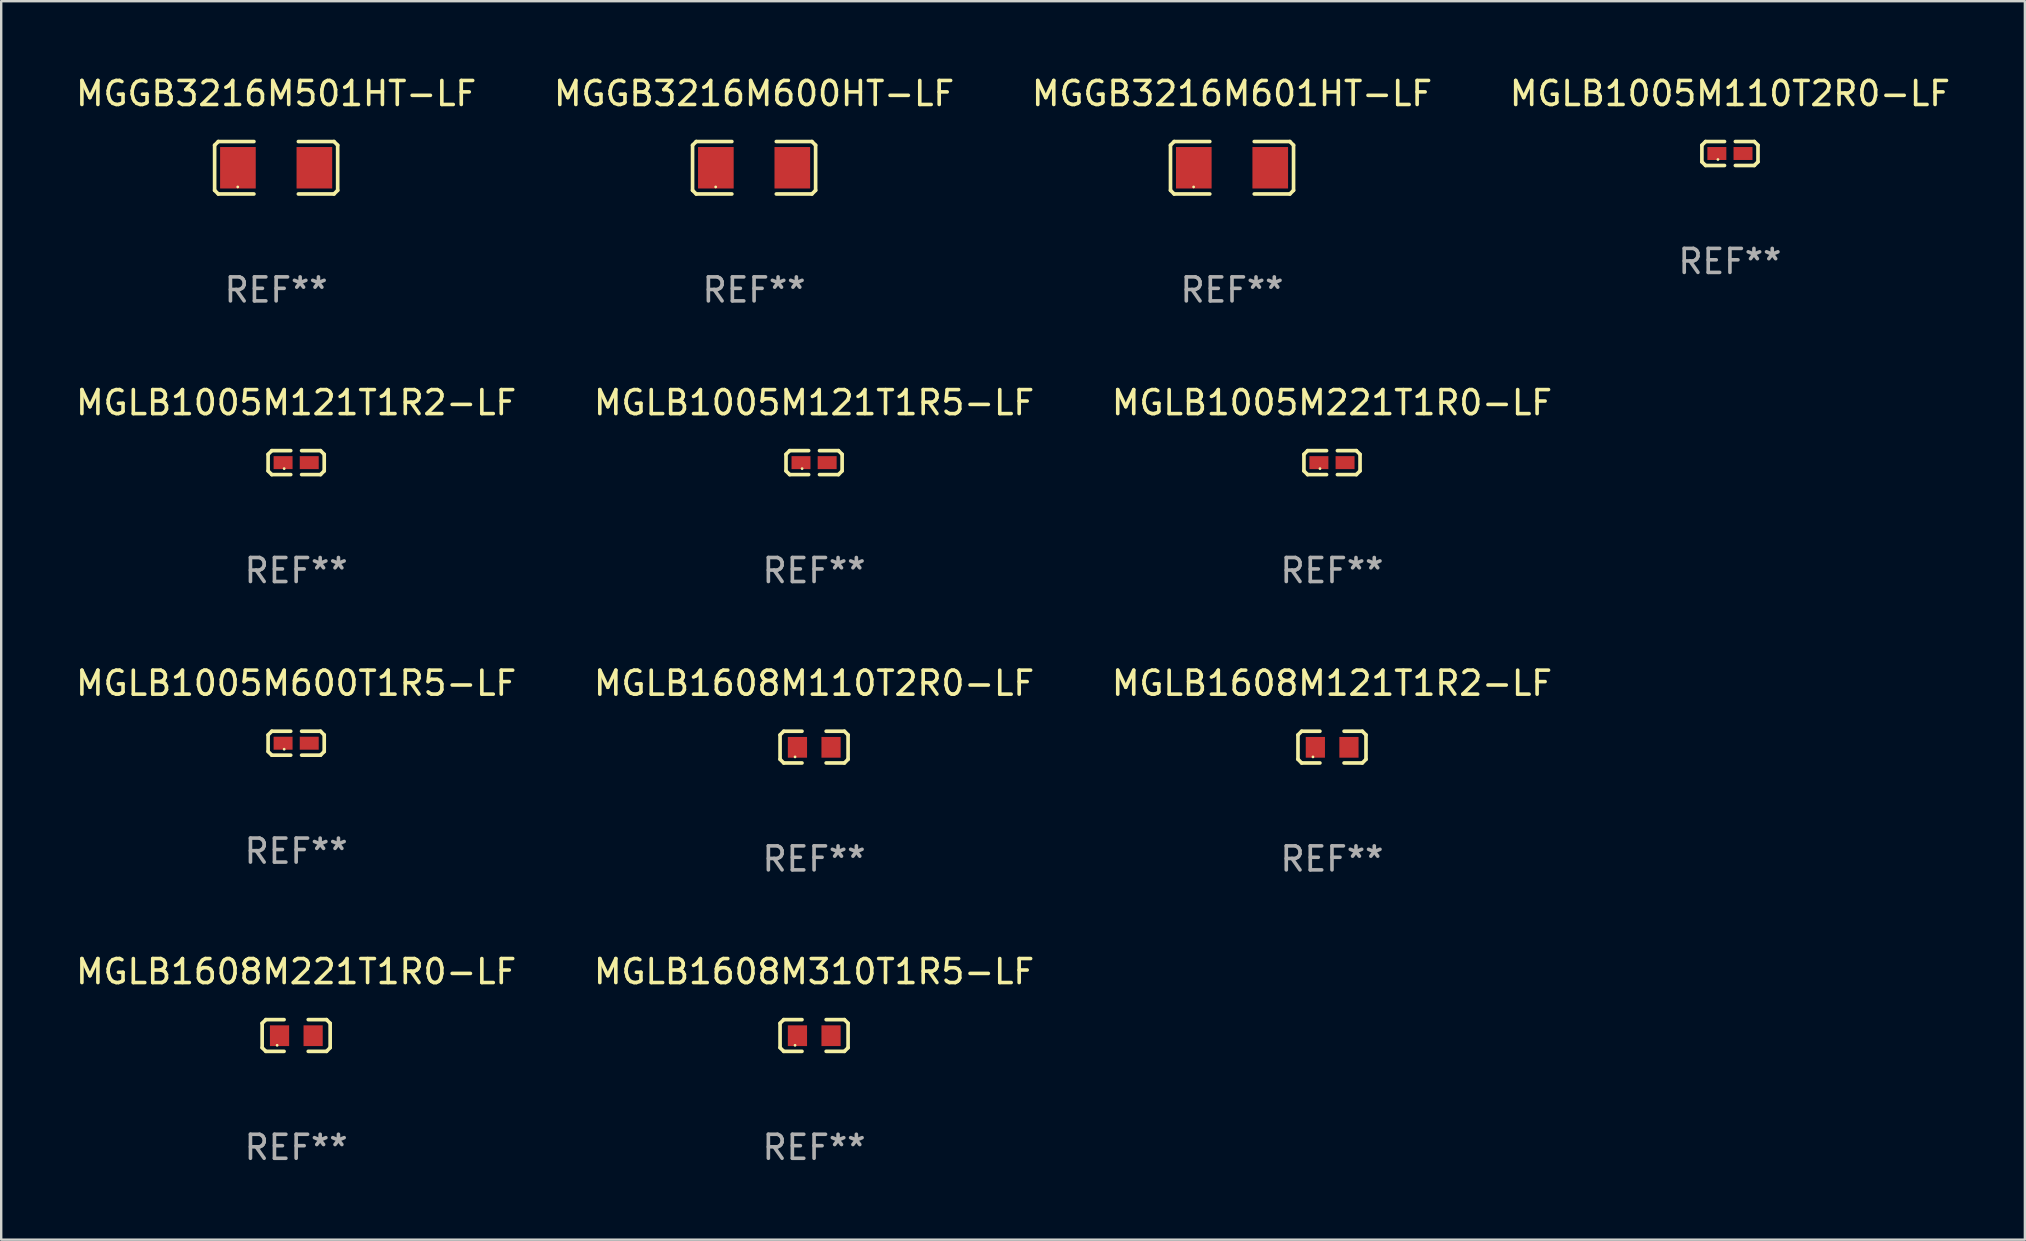
<source format=kicad_pcb>
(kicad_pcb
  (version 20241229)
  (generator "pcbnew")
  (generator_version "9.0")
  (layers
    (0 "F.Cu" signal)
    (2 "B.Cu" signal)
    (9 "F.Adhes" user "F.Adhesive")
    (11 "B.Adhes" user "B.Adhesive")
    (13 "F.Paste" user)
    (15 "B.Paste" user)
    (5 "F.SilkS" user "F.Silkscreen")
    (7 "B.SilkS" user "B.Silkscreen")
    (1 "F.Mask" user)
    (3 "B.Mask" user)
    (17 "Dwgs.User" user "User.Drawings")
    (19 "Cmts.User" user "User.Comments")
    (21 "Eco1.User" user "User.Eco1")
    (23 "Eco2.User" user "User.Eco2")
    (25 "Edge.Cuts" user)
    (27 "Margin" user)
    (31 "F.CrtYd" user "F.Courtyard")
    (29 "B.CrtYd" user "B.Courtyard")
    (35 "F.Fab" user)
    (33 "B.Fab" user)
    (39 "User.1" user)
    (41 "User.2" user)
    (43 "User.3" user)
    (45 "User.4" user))
  (footprint "MGLB1608M221T1R0-LF"
    (layer "F.Cu")
    (at 9.292 40.102)
    (property "Reference" "MGLB1608M221T1R0-LF" (at 0 -2.661 0) (layer "F.SilkS") (effects (font (size 1 1) (thickness 0.15))))
    (attr through_hole)
    (fp_line (start -1.417 -0.508) (end -1.265 -0.661) (stroke (width 0.152) (type solid)) (layer "F.SilkS"))
    (fp_line (start -1.417 0.508) (end -1.417 -0.508) (stroke (width 0.152) (type solid)) (layer "F.SilkS"))
    (fp_line (start -1.265 -0.661) (end -0.503 -0.661) (stroke (width 0.152) (type solid)) (layer "F.SilkS"))
    (fp_line (start -1.265 0.661) (end -1.417 0.508) (stroke (width 0.152) (type solid)) (layer "F.SilkS"))
    (fp_line (start -1.265 0.661) (end -0.503 0.661) (stroke (width 0.152) (type solid)) (layer "F.SilkS"))
    (fp_line (start 1.265 -0.661) (end 0.503 -0.661) (stroke (width 0.152) (type solid)) (layer "F.SilkS"))
    (fp_line (start 1.265 -0.661) (end 1.417 -0.508) (stroke (width 0.152) (type solid)) (layer "F.SilkS"))
    (fp_line (start 1.265 0.661) (end 0.503 0.661) (stroke (width 0.152) (type solid)) (layer "F.SilkS"))
    (fp_line (start 1.417 -0.508) (end 1.417 0.508) (stroke (width 0.152) (type solid)) (layer "F.SilkS"))
    (fp_line (start 1.417 0.508) (end 1.265 0.661) (stroke (width 0.152) (type solid)) (layer "F.SilkS"))
    (fp_circle (center -0.793 0.409) (end -0.763 0.409) (stroke (width 0.06) (type solid)) (fill no) (layer "F.SilkS"))
    (fp_text user "REF**" (at 0 4.661 0) (layer "F.Fab") (effects (font (size 1 1) (thickness 0.15))))
    (pad "1" smd rect (at -0.693 0.009 180) (size 0.8 0.864) (layers "F.Cu" "F.Mask" "F.Paste"))
    (pad "2" smd rect (at 0.707 0.009 180) (size 0.8 0.864) (layers "F.Cu" "F.Mask" "F.Paste")))
  (footprint "MGGB3216M601HT-LF"
    (layer "F.Cu")
    (at 48.292 3.941)
    (property "Reference" "MGGB3216M601HT-LF" (at 0 -3.093 0) (layer "F.SilkS") (effects (font (size 1 1) (thickness 0.15))))
    (attr through_hole)
    (fp_line (start -2.564 -0.94) (end -2.411 -1.093) (stroke (width 0.152) (type solid)) (layer "F.SilkS"))
    (fp_line (start -2.564 0.94) (end -2.564 -0.94) (stroke (width 0.152) (type solid)) (layer "F.SilkS"))
    (fp_line (start -2.411 -1.093) (end -0.926 -1.093) (stroke (width 0.152) (type solid)) (layer "F.SilkS"))
    (fp_line (start -2.411 1.093) (end -2.564 0.94) (stroke (width 0.152) (type solid)) (layer "F.SilkS"))
    (fp_line (start -0.926 1.093) (end -2.411 1.093) (stroke (width 0.152) (type solid)) (layer "F.SilkS"))
    (fp_line (start 0.926 1.093) (end 2.411 1.093) (stroke (width 0.152) (type solid)) (layer "F.SilkS"))
    (fp_line (start 2.411 -1.093) (end 0.926 -1.093) (stroke (width 0.152) (type solid)) (layer "F.SilkS"))
    (fp_line (start 2.411 1.093) (end 2.564 0.94) (stroke (width 0.152) (type solid)) (layer "F.SilkS"))
    (fp_line (start 2.564 -0.94) (end 2.411 -1.093) (stroke (width 0.152) (type solid)) (layer "F.SilkS"))
    (fp_line (start 2.564 0.94) (end 2.564 -0.94) (stroke (width 0.152) (type solid)) (layer "F.SilkS"))
    (fp_circle (center -1.6 0.8) (end -1.57 0.8) (stroke (width 0.06) (type solid)) (fill no) (layer "F.SilkS"))
    (fp_text user "REF**" (at 0 5.093 0) (layer "F.Fab") (effects (font (size 1 1) (thickness 0.15))))
    (pad "1" smd rect (at -1.593 0) (size 1.485 1.728) (layers "F.Cu" "F.Mask" "F.Paste"))
    (pad "2" smd rect (at 1.593 0) (size 1.485 1.728) (layers "F.Cu" "F.Mask" "F.Paste")))
  (footprint "MGLB1005M121T1R2-LF"
    (layer "F.Cu")
    (at 9.292 16.229)
    (property "Reference" "MGLB1005M121T1R2-LF" (at 0 -2.499 0) (layer "F.SilkS") (effects (font (size 1 1) (thickness 0.15))))
    (attr through_hole)
    (fp_line (start -1.169 -0.346) (end -1.016 -0.499) (stroke (width 0.152) (type solid)) (layer "F.SilkS"))
    (fp_line (start -1.169 0.346) (end -1.169 -0.346) (stroke (width 0.152) (type solid)) (layer "F.SilkS"))
    (fp_line (start -1.016 -0.499) (end -0.226 -0.499) (stroke (width 0.152) (type solid)) (layer "F.SilkS"))
    (fp_line (start -1.016 0.499) (end -1.169 0.346) (stroke (width 0.152) (type solid)) (layer "F.SilkS"))
    (fp_line (start -0.226 0.499) (end -1.016 0.499) (stroke (width 0.152) (type solid)) (layer "F.SilkS"))
    (fp_line (start 0.226 0.499) (end 1.016 0.499) (stroke (width 0.152) (type solid)) (layer "F.SilkS"))
    (fp_line (start 1.016 -0.499) (end 0.226 -0.499) (stroke (width 0.152) (type solid)) (layer "F.SilkS"))
    (fp_line (start 1.016 0.499) (end 1.169 0.346) (stroke (width 0.152) (type solid)) (layer "F.SilkS"))
    (fp_line (start 1.169 -0.346) (end 1.016 -0.499) (stroke (width 0.152) (type solid)) (layer "F.SilkS"))
    (fp_line (start 1.169 0.346) (end 1.169 -0.346) (stroke (width 0.152) (type solid)) (layer "F.SilkS"))
    (fp_circle (center -0.5 0.25) (end -0.47 0.25) (stroke (width 0.06) (type solid)) (fill no) (layer "F.SilkS"))
    (fp_text user "REF**" (at 0 4.499 0) (layer "F.Fab") (effects (font (size 1 1) (thickness 0.15))))
    (pad "1" smd rect (at -0.545 0) (size 0.79 0.54) (layers "F.Cu" "F.Mask" "F.Paste"))
    (pad "2" smd rect (at 0.545 0) (size 0.79 0.54) (layers "F.Cu" "F.Mask" "F.Paste")))
  (footprint "MGLB1005M110T2R0-LF"
    (layer "F.Cu")
    (at 69.042 3.347)
    (property "Reference" "MGLB1005M110T2R0-LF" (at 0 -2.499 0) (layer "F.SilkS") (effects (font (size 1 1) (thickness 0.15))))
    (attr through_hole)
    (fp_line (start -1.169 -0.346) (end -1.016 -0.499) (stroke (width 0.152) (type solid)) (layer "F.SilkS"))
    (fp_line (start -1.169 0.346) (end -1.169 -0.346) (stroke (width 0.152) (type solid)) (layer "F.SilkS"))
    (fp_line (start -1.016 -0.499) (end -0.226 -0.499) (stroke (width 0.152) (type solid)) (layer "F.SilkS"))
    (fp_line (start -1.016 0.499) (end -1.169 0.346) (stroke (width 0.152) (type solid)) (layer "F.SilkS"))
    (fp_line (start -0.226 0.499) (end -1.016 0.499) (stroke (width 0.152) (type solid)) (layer "F.SilkS"))
    (fp_line (start 0.226 0.499) (end 1.016 0.499) (stroke (width 0.152) (type solid)) (layer "F.SilkS"))
    (fp_line (start 1.016 -0.499) (end 0.226 -0.499) (stroke (width 0.152) (type solid)) (layer "F.SilkS"))
    (fp_line (start 1.016 0.499) (end 1.169 0.346) (stroke (width 0.152) (type solid)) (layer "F.SilkS"))
    (fp_line (start 1.169 -0.346) (end 1.016 -0.499) (stroke (width 0.152) (type solid)) (layer "F.SilkS"))
    (fp_line (start 1.169 0.346) (end 1.169 -0.346) (stroke (width 0.152) (type solid)) (layer "F.SilkS"))
    (fp_circle (center -0.5 0.25) (end -0.47 0.25) (stroke (width 0.06) (type solid)) (fill no) (layer "F.SilkS"))
    (fp_text user "REF**" (at 0 4.499 0) (layer "F.Fab") (effects (font (size 1 1) (thickness 0.15))))
    (pad "1" smd rect (at -0.545 0) (size 0.79 0.54) (layers "F.Cu" "F.Mask" "F.Paste"))
    (pad "2" smd rect (at 0.545 0) (size 0.79 0.54) (layers "F.Cu" "F.Mask" "F.Paste")))
  (footprint "MGGB3216M501HT-LF"
    (layer "F.Cu")
    (at 8.458 3.941)
    (property "Reference" "MGGB3216M501HT-LF" (at 0 -3.093 0) (layer "F.SilkS") (effects (font (size 1 1) (thickness 0.15))))
    (attr through_hole)
    (fp_line (start -2.564 -0.94) (end -2.411 -1.093) (stroke (width 0.152) (type solid)) (layer "F.SilkS"))
    (fp_line (start -2.564 0.94) (end -2.564 -0.94) (stroke (width 0.152) (type solid)) (layer "F.SilkS"))
    (fp_line (start -2.411 -1.093) (end -0.926 -1.093) (stroke (width 0.152) (type solid)) (layer "F.SilkS"))
    (fp_line (start -2.411 1.093) (end -2.564 0.94) (stroke (width 0.152) (type solid)) (layer "F.SilkS"))
    (fp_line (start -0.926 1.093) (end -2.411 1.093) (stroke (width 0.152) (type solid)) (layer "F.SilkS"))
    (fp_line (start 0.926 1.093) (end 2.411 1.093) (stroke (width 0.152) (type solid)) (layer "F.SilkS"))
    (fp_line (start 2.411 -1.093) (end 0.926 -1.093) (stroke (width 0.152) (type solid)) (layer "F.SilkS"))
    (fp_line (start 2.411 1.093) (end 2.564 0.94) (stroke (width 0.152) (type solid)) (layer "F.SilkS"))
    (fp_line (start 2.564 -0.94) (end 2.411 -1.093) (stroke (width 0.152) (type solid)) (layer "F.SilkS"))
    (fp_line (start 2.564 0.94) (end 2.564 -0.94) (stroke (width 0.152) (type solid)) (layer "F.SilkS"))
    (fp_circle (center -1.6 0.8) (end -1.57 0.8) (stroke (width 0.06) (type solid)) (fill no) (layer "F.SilkS"))
    (fp_text user "REF**" (at 0 5.093 0) (layer "F.Fab") (effects (font (size 1 1) (thickness 0.15))))
    (pad "1" smd rect (at -1.593 0) (size 1.485 1.728) (layers "F.Cu" "F.Mask" "F.Paste"))
    (pad "2" smd rect (at 1.593 0) (size 1.485 1.728) (layers "F.Cu" "F.Mask" "F.Paste")))
  (footprint "MGLB1005M600T1R5-LF"
    (layer "F.Cu")
    (at 9.292 27.922)
    (property "Reference" "MGLB1005M600T1R5-LF" (at 0 -2.499 0) (layer "F.SilkS") (effects (font (size 1 1) (thickness 0.15))))
    (attr through_hole)
    (fp_line (start -1.169 -0.346) (end -1.016 -0.499) (stroke (width 0.152) (type solid)) (layer "F.SilkS"))
    (fp_line (start -1.169 0.346) (end -1.169 -0.346) (stroke (width 0.152) (type solid)) (layer "F.SilkS"))
    (fp_line (start -1.016 -0.499) (end -0.226 -0.499) (stroke (width 0.152) (type solid)) (layer "F.SilkS"))
    (fp_line (start -1.016 0.499) (end -1.169 0.346) (stroke (width 0.152) (type solid)) (layer "F.SilkS"))
    (fp_line (start -0.226 0.499) (end -1.016 0.499) (stroke (width 0.152) (type solid)) (layer "F.SilkS"))
    (fp_line (start 0.226 0.499) (end 1.016 0.499) (stroke (width 0.152) (type solid)) (layer "F.SilkS"))
    (fp_line (start 1.016 -0.499) (end 0.226 -0.499) (stroke (width 0.152) (type solid)) (layer "F.SilkS"))
    (fp_line (start 1.016 0.499) (end 1.169 0.346) (stroke (width 0.152) (type solid)) (layer "F.SilkS"))
    (fp_line (start 1.169 -0.346) (end 1.016 -0.499) (stroke (width 0.152) (type solid)) (layer "F.SilkS"))
    (fp_line (start 1.169 0.346) (end 1.169 -0.346) (stroke (width 0.152) (type solid)) (layer "F.SilkS"))
    (fp_circle (center -0.5 0.25) (end -0.47 0.25) (stroke (width 0.06) (type solid)) (fill no) (layer "F.SilkS"))
    (fp_text user "REF**" (at 0 4.499 0) (layer "F.Fab") (effects (font (size 1 1) (thickness 0.15))))
    (pad "1" smd rect (at -0.545 0) (size 0.79 0.54) (layers "F.Cu" "F.Mask" "F.Paste"))
    (pad "2" smd rect (at 0.545 0) (size 0.79 0.54) (layers "F.Cu" "F.Mask" "F.Paste")))
  (footprint "MGLB1005M121T1R5-LF"
    (layer "F.Cu")
    (at 30.875 16.229)
    (property "Reference" "MGLB1005M121T1R5-LF" (at 0 -2.499 0) (layer "F.SilkS") (effects (font (size 1 1) (thickness 0.15))))
    (attr through_hole)
    (fp_line (start -1.169 -0.346) (end -1.016 -0.499) (stroke (width 0.152) (type solid)) (layer "F.SilkS"))
    (fp_line (start -1.169 0.346) (end -1.169 -0.346) (stroke (width 0.152) (type solid)) (layer "F.SilkS"))
    (fp_line (start -1.016 -0.499) (end -0.226 -0.499) (stroke (width 0.152) (type solid)) (layer "F.SilkS"))
    (fp_line (start -1.016 0.499) (end -1.169 0.346) (stroke (width 0.152) (type solid)) (layer "F.SilkS"))
    (fp_line (start -0.226 0.499) (end -1.016 0.499) (stroke (width 0.152) (type solid)) (layer "F.SilkS"))
    (fp_line (start 0.226 0.499) (end 1.016 0.499) (stroke (width 0.152) (type solid)) (layer "F.SilkS"))
    (fp_line (start 1.016 -0.499) (end 0.226 -0.499) (stroke (width 0.152) (type solid)) (layer "F.SilkS"))
    (fp_line (start 1.016 0.499) (end 1.169 0.346) (stroke (width 0.152) (type solid)) (layer "F.SilkS"))
    (fp_line (start 1.169 -0.346) (end 1.016 -0.499) (stroke (width 0.152) (type solid)) (layer "F.SilkS"))
    (fp_line (start 1.169 0.346) (end 1.169 -0.346) (stroke (width 0.152) (type solid)) (layer "F.SilkS"))
    (fp_circle (center -0.5 0.25) (end -0.47 0.25) (stroke (width 0.06) (type solid)) (fill no) (layer "F.SilkS"))
    (fp_text user "REF**" (at 0 4.499 0) (layer "F.Fab") (effects (font (size 1 1) (thickness 0.15))))
    (pad "1" smd rect (at -0.545 0) (size 0.79 0.54) (layers "F.Cu" "F.Mask" "F.Paste"))
    (pad "2" smd rect (at 0.545 0) (size 0.79 0.54) (layers "F.Cu" "F.Mask" "F.Paste")))
  (footprint "MGLB1608M310T1R5-LF"
    (layer "F.Cu")
    (at 30.875 40.102)
    (property "Reference" "MGLB1608M310T1R5-LF" (at 0 -2.661 0) (layer "F.SilkS") (effects (font (size 1 1) (thickness 0.15))))
    (attr through_hole)
    (fp_line (start -1.417 -0.508) (end -1.265 -0.661) (stroke (width 0.152) (type solid)) (layer "F.SilkS"))
    (fp_line (start -1.417 0.508) (end -1.417 -0.508) (stroke (width 0.152) (type solid)) (layer "F.SilkS"))
    (fp_line (start -1.265 -0.661) (end -0.503 -0.661) (stroke (width 0.152) (type solid)) (layer "F.SilkS"))
    (fp_line (start -1.265 0.661) (end -1.417 0.508) (stroke (width 0.152) (type solid)) (layer "F.SilkS"))
    (fp_line (start -1.265 0.661) (end -0.503 0.661) (stroke (width 0.152) (type solid)) (layer "F.SilkS"))
    (fp_line (start 1.265 -0.661) (end 0.503 -0.661) (stroke (width 0.152) (type solid)) (layer "F.SilkS"))
    (fp_line (start 1.265 -0.661) (end 1.417 -0.508) (stroke (width 0.152) (type solid)) (layer "F.SilkS"))
    (fp_line (start 1.265 0.661) (end 0.503 0.661) (stroke (width 0.152) (type solid)) (layer "F.SilkS"))
    (fp_line (start 1.417 -0.508) (end 1.417 0.508) (stroke (width 0.152) (type solid)) (layer "F.SilkS"))
    (fp_line (start 1.417 0.508) (end 1.265 0.661) (stroke (width 0.152) (type solid)) (layer "F.SilkS"))
    (fp_circle (center -0.793 0.409) (end -0.763 0.409) (stroke (width 0.06) (type solid)) (fill no) (layer "F.SilkS"))
    (fp_text user "REF**" (at 0 4.661 0) (layer "F.Fab") (effects (font (size 1 1) (thickness 0.15))))
    (pad "1" smd rect (at -0.693 0.009 180) (size 0.8 0.864) (layers "F.Cu" "F.Mask" "F.Paste"))
    (pad "2" smd rect (at 0.707 0.009 180) (size 0.8 0.864) (layers "F.Cu" "F.Mask" "F.Paste")))
  (footprint "MGGB3216M600HT-LF"
    (layer "F.Cu")
    (at 28.375 3.941)
    (property "Reference" "MGGB3216M600HT-LF" (at 0 -3.093 0) (layer "F.SilkS") (effects (font (size 1 1) (thickness 0.15))))
    (attr through_hole)
    (fp_line (start -2.564 -0.94) (end -2.411 -1.093) (stroke (width 0.152) (type solid)) (layer "F.SilkS"))
    (fp_line (start -2.564 0.94) (end -2.564 -0.94) (stroke (width 0.152) (type solid)) (layer "F.SilkS"))
    (fp_line (start -2.411 -1.093) (end -0.926 -1.093) (stroke (width 0.152) (type solid)) (layer "F.SilkS"))
    (fp_line (start -2.411 1.093) (end -2.564 0.94) (stroke (width 0.152) (type solid)) (layer "F.SilkS"))
    (fp_line (start -0.926 1.093) (end -2.411 1.093) (stroke (width 0.152) (type solid)) (layer "F.SilkS"))
    (fp_line (start 0.926 1.093) (end 2.411 1.093) (stroke (width 0.152) (type solid)) (layer "F.SilkS"))
    (fp_line (start 2.411 -1.093) (end 0.926 -1.093) (stroke (width 0.152) (type solid)) (layer "F.SilkS"))
    (fp_line (start 2.411 1.093) (end 2.564 0.94) (stroke (width 0.152) (type solid)) (layer "F.SilkS"))
    (fp_line (start 2.564 -0.94) (end 2.411 -1.093) (stroke (width 0.152) (type solid)) (layer "F.SilkS"))
    (fp_line (start 2.564 0.94) (end 2.564 -0.94) (stroke (width 0.152) (type solid)) (layer "F.SilkS"))
    (fp_circle (center -1.6 0.8) (end -1.57 0.8) (stroke (width 0.06) (type solid)) (fill no) (layer "F.SilkS"))
    (fp_text user "REF**" (at 0 5.093 0) (layer "F.Fab") (effects (font (size 1 1) (thickness 0.15))))
    (pad "1" smd rect (at -1.593 0) (size 1.485 1.728) (layers "F.Cu" "F.Mask" "F.Paste"))
    (pad "2" smd rect (at 1.593 0) (size 1.485 1.728) (layers "F.Cu" "F.Mask" "F.Paste")))
  (footprint "MGLB1005M221T1R0-LF"
    (layer "F.Cu")
    (at 52.458 16.229)
    (property "Reference" "MGLB1005M221T1R0-LF" (at 0 -2.499 0) (layer "F.SilkS") (effects (font (size 1 1) (thickness 0.15))))
    (attr through_hole)
    (fp_line (start -1.169 -0.346) (end -1.016 -0.499) (stroke (width 0.152) (type solid)) (layer "F.SilkS"))
    (fp_line (start -1.169 0.346) (end -1.169 -0.346) (stroke (width 0.152) (type solid)) (layer "F.SilkS"))
    (fp_line (start -1.016 -0.499) (end -0.226 -0.499) (stroke (width 0.152) (type solid)) (layer "F.SilkS"))
    (fp_line (start -1.016 0.499) (end -1.169 0.346) (stroke (width 0.152) (type solid)) (layer "F.SilkS"))
    (fp_line (start -0.226 0.499) (end -1.016 0.499) (stroke (width 0.152) (type solid)) (layer "F.SilkS"))
    (fp_line (start 0.226 0.499) (end 1.016 0.499) (stroke (width 0.152) (type solid)) (layer "F.SilkS"))
    (fp_line (start 1.016 -0.499) (end 0.226 -0.499) (stroke (width 0.152) (type solid)) (layer "F.SilkS"))
    (fp_line (start 1.016 0.499) (end 1.169 0.346) (stroke (width 0.152) (type solid)) (layer "F.SilkS"))
    (fp_line (start 1.169 -0.346) (end 1.016 -0.499) (stroke (width 0.152) (type solid)) (layer "F.SilkS"))
    (fp_line (start 1.169 0.346) (end 1.169 -0.346) (stroke (width 0.152) (type solid)) (layer "F.SilkS"))
    (fp_circle (center -0.5 0.25) (end -0.47 0.25) (stroke (width 0.06) (type solid)) (fill no) (layer "F.SilkS"))
    (fp_text user "REF**" (at 0 4.499 0) (layer "F.Fab") (effects (font (size 1 1) (thickness 0.15))))
    (pad "1" smd rect (at -0.545 0) (size 0.79 0.54) (layers "F.Cu" "F.Mask" "F.Paste"))
    (pad "2" smd rect (at 0.545 0) (size 0.79 0.54) (layers "F.Cu" "F.Mask" "F.Paste")))
  (footprint "MGLB1608M121T1R2-LF"
    (layer "F.Cu")
    (at 52.458 28.084)
    (property "Reference" "MGLB1608M121T1R2-LF" (at 0 -2.661 0) (layer "F.SilkS") (effects (font (size 1 1) (thickness 0.15))))
    (attr through_hole)
    (fp_line (start -1.417 -0.508) (end -1.265 -0.661) (stroke (width 0.152) (type solid)) (layer "F.SilkS"))
    (fp_line (start -1.417 0.508) (end -1.417 -0.508) (stroke (width 0.152) (type solid)) (layer "F.SilkS"))
    (fp_line (start -1.265 -0.661) (end -0.503 -0.661) (stroke (width 0.152) (type solid)) (layer "F.SilkS"))
    (fp_line (start -1.265 0.661) (end -1.417 0.508) (stroke (width 0.152) (type solid)) (layer "F.SilkS"))
    (fp_line (start -1.265 0.661) (end -0.503 0.661) (stroke (width 0.152) (type solid)) (layer "F.SilkS"))
    (fp_line (start 1.265 -0.661) (end 0.503 -0.661) (stroke (width 0.152) (type solid)) (layer "F.SilkS"))
    (fp_line (start 1.265 -0.661) (end 1.417 -0.508) (stroke (width 0.152) (type solid)) (layer "F.SilkS"))
    (fp_line (start 1.265 0.661) (end 0.503 0.661) (stroke (width 0.152) (type solid)) (layer "F.SilkS"))
    (fp_line (start 1.417 -0.508) (end 1.417 0.508) (stroke (width 0.152) (type solid)) (layer "F.SilkS"))
    (fp_line (start 1.417 0.508) (end 1.265 0.661) (stroke (width 0.152) (type solid)) (layer "F.SilkS"))
    (fp_circle (center -0.793 0.409) (end -0.763 0.409) (stroke (width 0.06) (type solid)) (fill no) (layer "F.SilkS"))
    (fp_text user "REF**" (at 0 4.661 0) (layer "F.Fab") (effects (font (size 1 1) (thickness 0.15))))
    (pad "1" smd rect (at -0.693 0.009 180) (size 0.8 0.864) (layers "F.Cu" "F.Mask" "F.Paste"))
    (pad "2" smd rect (at 0.707 0.009 180) (size 0.8 0.864) (layers "F.Cu" "F.Mask" "F.Paste")))
  (footprint "MGLB1608M110T2R0-LF"
    (layer "F.Cu")
    (at 30.875 28.084)
    (property "Reference" "MGLB1608M110T2R0-LF" (at 0 -2.661 0) (layer "F.SilkS") (effects (font (size 1 1) (thickness 0.15))))
    (attr through_hole)
    (fp_line (start -1.417 -0.508) (end -1.265 -0.661) (stroke (width 0.152) (type solid)) (layer "F.SilkS"))
    (fp_line (start -1.417 0.508) (end -1.417 -0.508) (stroke (width 0.152) (type solid)) (layer "F.SilkS"))
    (fp_line (start -1.265 -0.661) (end -0.503 -0.661) (stroke (width 0.152) (type solid)) (layer "F.SilkS"))
    (fp_line (start -1.265 0.661) (end -1.417 0.508) (stroke (width 0.152) (type solid)) (layer "F.SilkS"))
    (fp_line (start -1.265 0.661) (end -0.503 0.661) (stroke (width 0.152) (type solid)) (layer "F.SilkS"))
    (fp_line (start 1.265 -0.661) (end 0.503 -0.661) (stroke (width 0.152) (type solid)) (layer "F.SilkS"))
    (fp_line (start 1.265 -0.661) (end 1.417 -0.508) (stroke (width 0.152) (type solid)) (layer "F.SilkS"))
    (fp_line (start 1.265 0.661) (end 0.503 0.661) (stroke (width 0.152) (type solid)) (layer "F.SilkS"))
    (fp_line (start 1.417 -0.508) (end 1.417 0.508) (stroke (width 0.152) (type solid)) (layer "F.SilkS"))
    (fp_line (start 1.417 0.508) (end 1.265 0.661) (stroke (width 0.152) (type solid)) (layer "F.SilkS"))
    (fp_circle (center -0.793 0.409) (end -0.763 0.409) (stroke (width 0.06) (type solid)) (fill no) (layer "F.SilkS"))
    (fp_text user "REF**" (at 0 4.661 0) (layer "F.Fab") (effects (font (size 1 1) (thickness 0.15))))
    (pad "1" smd rect (at -0.693 0.009 180) (size 0.8 0.864) (layers "F.Cu" "F.Mask" "F.Paste"))
    (pad "2" smd rect (at 0.707 0.009 180) (size 0.8 0.864) (layers "F.Cu" "F.Mask" "F.Paste")))
  (gr_rect
    (start -3 -3)
    (end 81.333 48.611)
    (stroke (width 0.1) (type default))
    (fill no)
    (layer "Edge.Cuts")))
</source>
